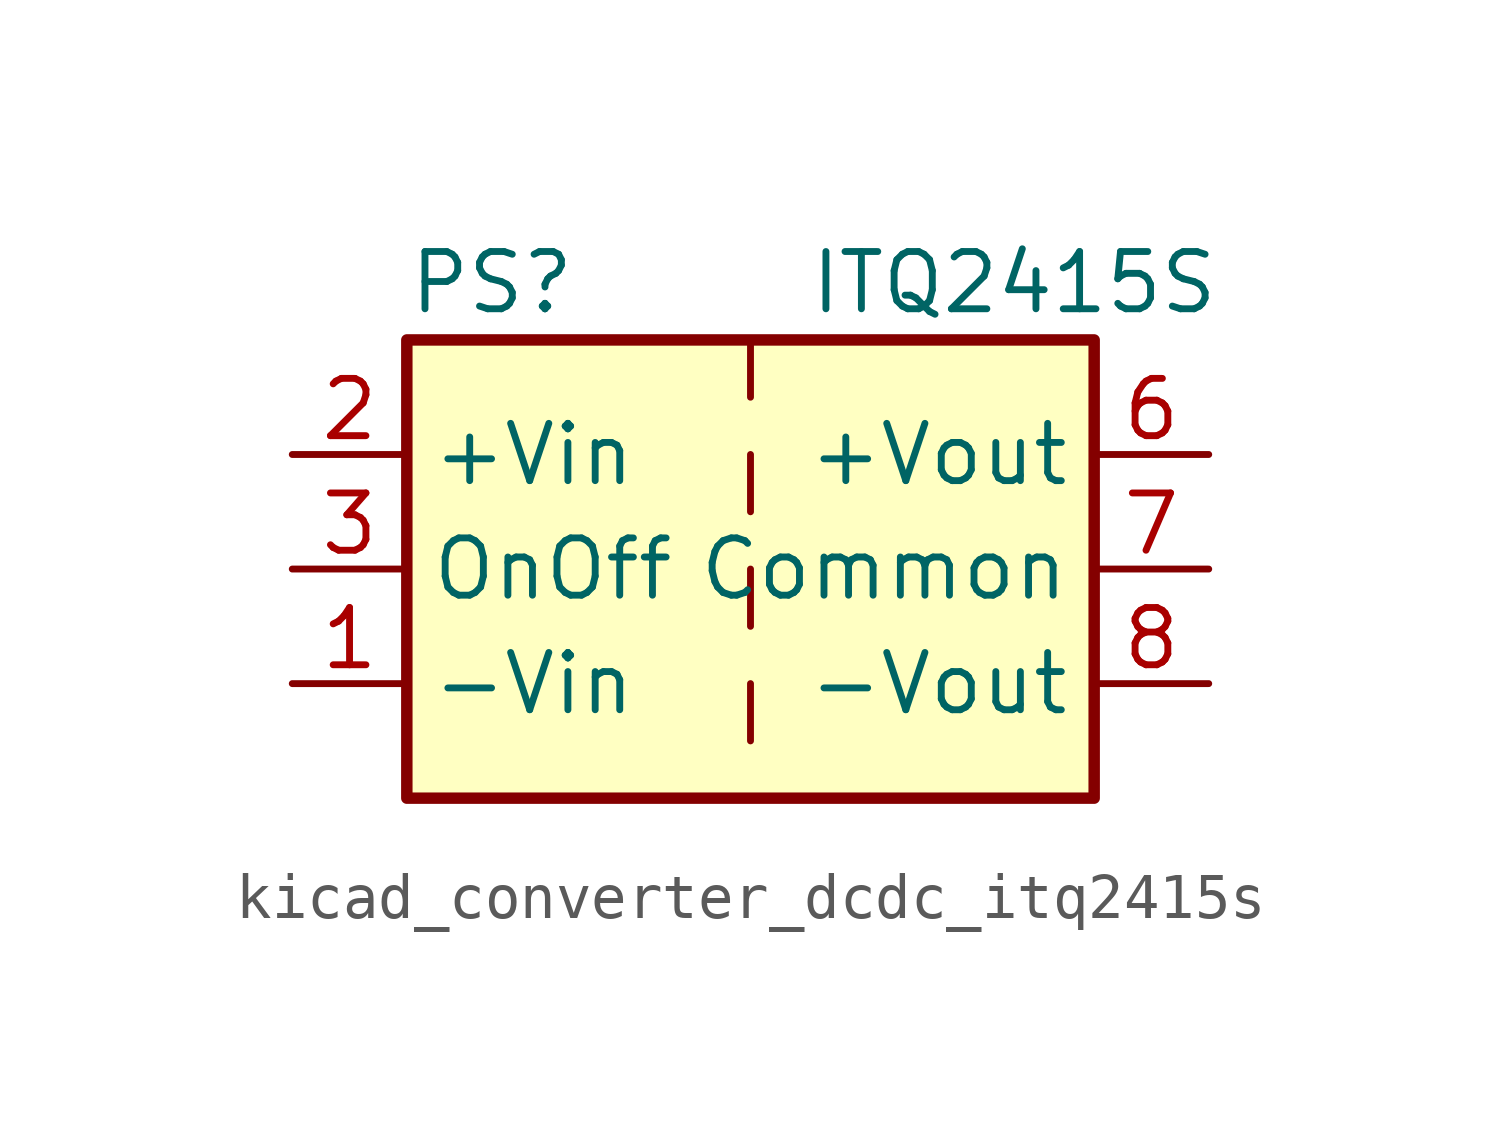
<source format=kicad_sym>
(kicad_symbol_lib
  (version 20220914)
  (generator kicad_symbol_editor)
  (symbol "kicad_converter_dcdc_itq2415s"
    (property "Reference" "PS"
      (at -7.62 6.35 0)
      (effects (font (size 1.27 1.27)) (justify left)))
    (property "Value" "ITQ2415S"
      (at 1.27 6.35 0)
      (effects (font (size 1.27 1.27)) (justify left)))
    (symbol "kicad_converter_dcdc_itq2415s_0_0"
      (pin power_in line (at -10.16 -2.54 0) (length 2.54) (name "-Vin" (effects (font (size 1.27 1.27)))) (number "1" (effects (font (size 1.27 1.27)))))
      (pin power_in line (at -10.16 2.54 0) (length 2.54) (name "+Vin" (effects (font (size 1.27 1.27)))) (number "2" (effects (font (size 1.27 1.27)))))
      (pin input line (at -10.16 0 0) (length 2.54) (name "OnOff" (effects (font (size 1.27 1.27)))) (number "3" (effects (font (size 1.27 1.27)))))
      (pin no_connect line (at 0 5.08 270) (length 2.54) hide (name "NC" (effects (font (size 1.27 1.27)))) (number "5" (effects (font (size 1.27 1.27)))))
      (pin power_out line (at 10.16 2.54 180) (length 2.54) (name "+Vout" (effects (font (size 1.27 1.27)))) (number "6" (effects (font (size 1.27 1.27)))))
      (pin power_out line (at 10.16 0 180) (length 2.54) (name "Common" (effects (font (size 1.27 1.27)))) (number "7" (effects (font (size 1.27 1.27)))))
      (pin power_out line (at 10.16 -2.54 180) (length 2.54) (name "-Vout" (effects (font (size 1.27 1.27)))) (number "8" (effects (font (size 1.27 1.27))))))
    (symbol "kicad_converter_dcdc_itq2415s_0_1"
      (rectangle (start -7.62 5.08) (end 7.62 -5.08) (stroke (width 0.254) (type default)) (fill (type background)))
      (polyline (pts (xy 0 -2.54) (xy 0 -3.81)) (stroke (width 0) (type default)) (fill (type none)))
      (polyline (pts (xy 0 0) (xy 0 -1.27)) (stroke (width 0) (type default)) (fill (type none)))
      (polyline (pts (xy 0 2.54) (xy 0 1.27)) (stroke (width 0) (type default)) (fill (type none)))
      (polyline (pts (xy 0 5.08) (xy 0 3.81)) (stroke (width 0) (type default)) (fill (type none))))))
</source>
